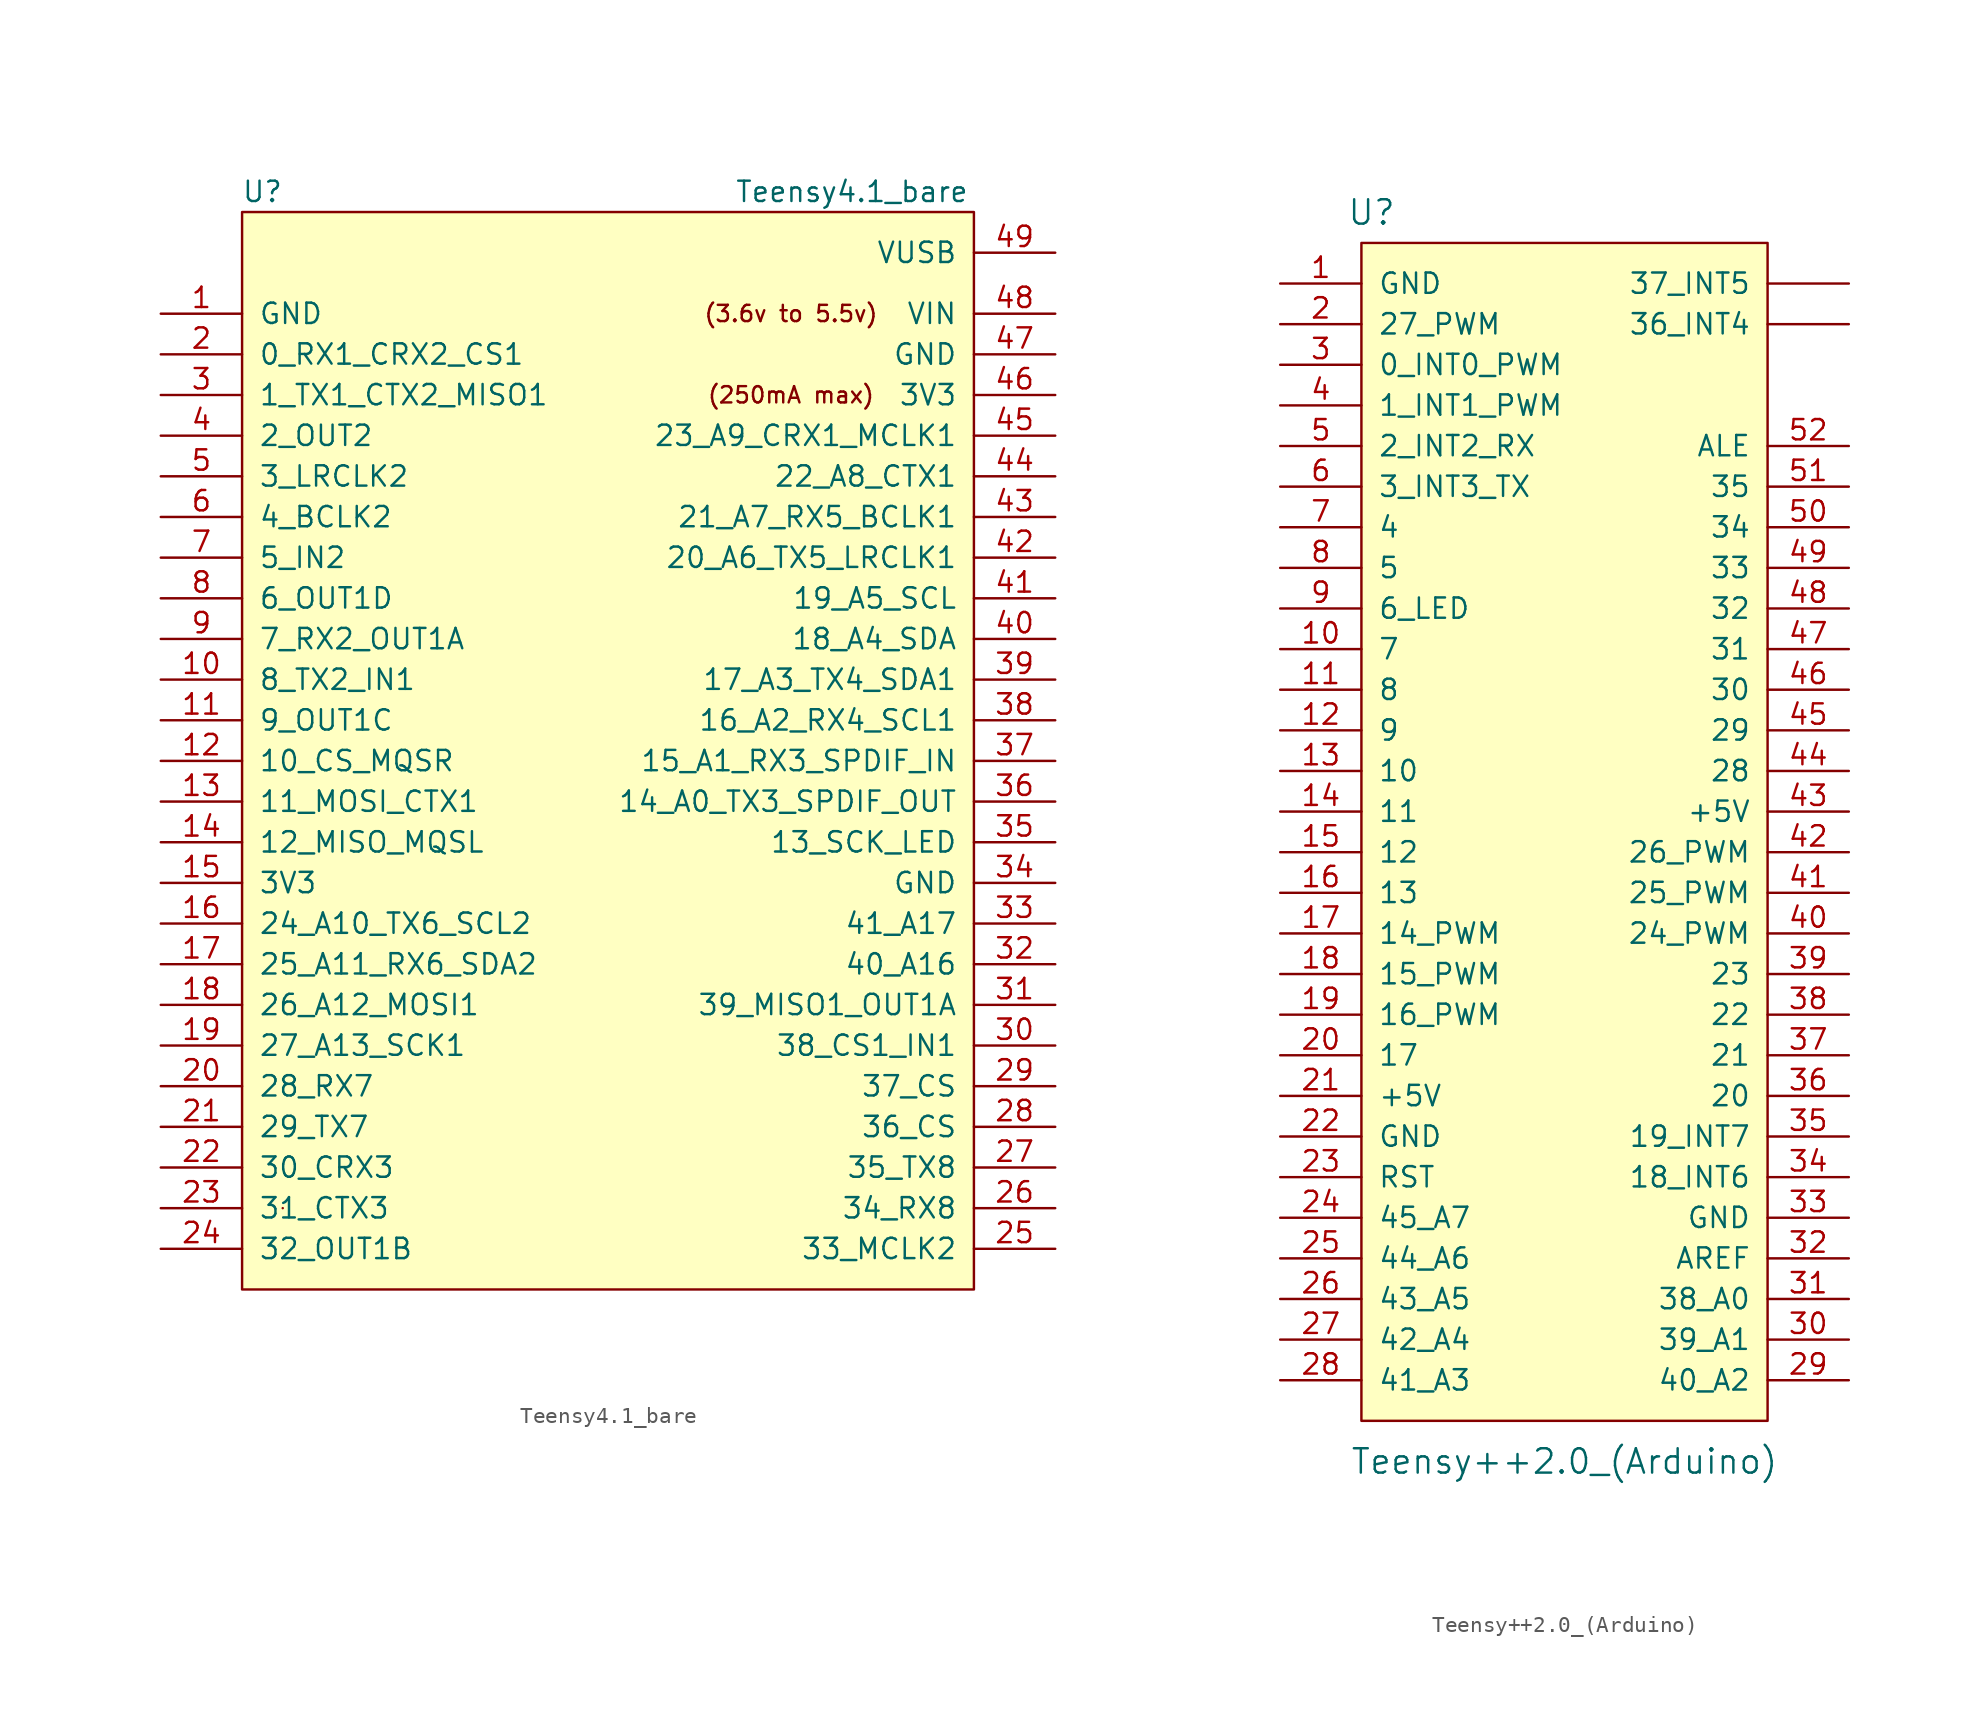
<source format=kicad_sym>
(kicad_symbol_lib
  (version 20241209)
  (generator "kicad_symbol_editor")
  (generator_version "9.0")
  (symbol "Teensy4.1_bare"
    (pin_names
      (offset 1.016))
    (property "Reference" "U"
      (at -21.59 62.23 0)
      (effects (font (size 1.27 1.27))))
    (property "Value" "Teensy4.1_bare"
      (at 15.24 62.23 0)
      (effects (font (size 1.27 1.27))))
    (symbol "Teensy4.1_bare_0_0"
      (text "(3.6v to 5.5v)" (at 11.43 54.61 0) (effects (font (size 1.016 1.016))))
      (text "(250mA max)" (at 11.43 49.53 0) (effects (font (size 1.016 1.016))))
      (pin bidirectional line (at -27.94 44.45 0) (length 5.08) (name "3_LRCLK2" (effects (font (size 1.27 1.27)))) (number "5" (effects (font (size 1.27 1.27)))))
      (pin bidirectional line (at -27.94 41.91 0) (length 5.08) (name "4_BCLK2" (effects (font (size 1.27 1.27)))) (number "6" (effects (font (size 1.27 1.27)))))
      (pin bidirectional line (at -27.94 39.37 0) (length 5.08) (name "5_IN2" (effects (font (size 1.27 1.27)))) (number "7" (effects (font (size 1.27 1.27)))))
      (pin bidirectional line (at -27.94 36.83 0) (length 5.08) (name "6_OUT1D" (effects (font (size 1.27 1.27)))) (number "8" (effects (font (size 1.27 1.27)))))
      (pin bidirectional line (at -27.94 34.29 0) (length 5.08) (name "7_RX2_OUT1A" (effects (font (size 1.27 1.27)))) (number "9" (effects (font (size 1.27 1.27)))))
      (pin bidirectional line (at -27.94 31.75 0) (length 5.08) (name "8_TX2_IN1" (effects (font (size 1.27 1.27)))) (number "10" (effects (font (size 1.27 1.27)))))
      (pin bidirectional line (at -27.94 29.21 0) (length 5.08) (name "9_OUT1C" (effects (font (size 1.27 1.27)))) (number "11" (effects (font (size 1.27 1.27)))))
      (pin bidirectional line (at -27.94 26.67 0) (length 5.08) (name "10_CS_MQSR" (effects (font (size 1.27 1.27)))) (number "12" (effects (font (size 1.27 1.27)))))
      (pin bidirectional line (at -27.94 24.13 0) (length 5.08) (name "11_MOSI_CTX1" (effects (font (size 1.27 1.27)))) (number "13" (effects (font (size 1.27 1.27)))))
      (pin bidirectional line (at -27.94 21.59 0) (length 5.08) (name "12_MISO_MQSL" (effects (font (size 1.27 1.27)))) (number "14" (effects (font (size 1.27 1.27)))))
      (pin power_in line (at -27.94 19.05 0) (length 5.08) (name "3V3" (effects (font (size 1.27 1.27)))) (number "15" (effects (font (size 1.27 1.27)))))
      (pin bidirectional line (at -27.94 16.51 0) (length 5.08) (name "24_A10_TX6_SCL2" (effects (font (size 1.27 1.27)))) (number "16" (effects (font (size 1.27 1.27)))))
      (pin bidirectional line (at -27.94 13.97 0) (length 5.08) (name "25_A11_RX6_SDA2" (effects (font (size 1.27 1.27)))) (number "17" (effects (font (size 1.27 1.27)))))
      (pin bidirectional line (at -27.94 11.43 0) (length 5.08) (name "26_A12_MOSI1" (effects (font (size 1.27 1.27)))) (number "18" (effects (font (size 1.27 1.27)))))
      (pin bidirectional line (at -27.94 8.89 0) (length 5.08) (name "27_A13_SCK1" (effects (font (size 1.27 1.27)))) (number "19" (effects (font (size 1.27 1.27)))))
      (pin bidirectional line (at -27.94 6.35 0) (length 5.08) (name "28_RX7" (effects (font (size 1.27 1.27)))) (number "20" (effects (font (size 1.27 1.27)))))
      (pin bidirectional line (at -27.94 3.81 0) (length 5.08) (name "29_TX7" (effects (font (size 1.27 1.27)))) (number "21" (effects (font (size 1.27 1.27)))))
      (pin bidirectional line (at -27.94 1.27 0) (length 5.08) (name "30_CRX3" (effects (font (size 1.27 1.27)))) (number "22" (effects (font (size 1.27 1.27)))))
      (pin bidirectional line (at -27.94 -1.27 0) (length 5.08) (name "31_CTX3" (effects (font (size 1.27 1.27)))) (number "23" (effects (font (size 1.27 1.27)))))
      (pin bidirectional line (at -27.94 -3.81 0) (length 5.08) (name "32_OUT1B" (effects (font (size 1.27 1.27)))) (number "24" (effects (font (size 1.27 1.27)))))
      (pin power_out line (at 27.94 58.42 180) (length 5.08) (name "VUSB" (effects (font (size 1.27 1.27)))) (number "49" (effects (font (size 1.27 1.27)))))
      (pin power_in line (at 27.94 54.61 180) (length 5.08) (name "VIN" (effects (font (size 1.27 1.27)))) (number "48" (effects (font (size 1.27 1.27)))))
      (pin power_in line (at 27.94 52.07 180) (length 5.08) (name "GND" (effects (font (size 1.27 1.27)))) (number "47" (effects (font (size 1.27 1.27)))))
      (pin power_in line (at 27.94 49.53 180) (length 5.08) (name "3V3" (effects (font (size 1.27 1.27)))) (number "46" (effects (font (size 1.27 1.27)))))
      (pin bidirectional line (at 27.94 46.99 180) (length 5.08) (name "23_A9_CRX1_MCLK1" (effects (font (size 1.27 1.27)))) (number "45" (effects (font (size 1.27 1.27)))))
      (pin bidirectional line (at 27.94 44.45 180) (length 5.08) (name "22_A8_CTX1" (effects (font (size 1.27 1.27)))) (number "44" (effects (font (size 1.27 1.27)))))
      (pin bidirectional line (at 27.94 41.91 180) (length 5.08) (name "21_A7_RX5_BCLK1" (effects (font (size 1.27 1.27)))) (number "43" (effects (font (size 1.27 1.27)))))
      (pin bidirectional line (at 27.94 39.37 180) (length 5.08) (name "20_A6_TX5_LRCLK1" (effects (font (size 1.27 1.27)))) (number "42" (effects (font (size 1.27 1.27)))))
      (pin bidirectional line (at 27.94 36.83 180) (length 5.08) (name "19_A5_SCL" (effects (font (size 1.27 1.27)))) (number "41" (effects (font (size 1.27 1.27)))))
      (pin bidirectional line (at 27.94 34.29 180) (length 5.08) (name "18_A4_SDA" (effects (font (size 1.27 1.27)))) (number "40" (effects (font (size 1.27 1.27)))))
      (pin bidirectional line (at 27.94 31.75 180) (length 5.08) (name "17_A3_TX4_SDA1" (effects (font (size 1.27 1.27)))) (number "39" (effects (font (size 1.27 1.27)))))
      (pin bidirectional line (at 27.94 29.21 180) (length 5.08) (name "16_A2_RX4_SCL1" (effects (font (size 1.27 1.27)))) (number "38" (effects (font (size 1.27 1.27)))))
      (pin bidirectional line (at 27.94 26.67 180) (length 5.08) (name "15_A1_RX3_SPDIF_IN" (effects (font (size 1.27 1.27)))) (number "37" (effects (font (size 1.27 1.27)))))
      (pin bidirectional line (at 27.94 24.13 180) (length 5.08) (name "14_A0_TX3_SPDIF_OUT" (effects (font (size 1.27 1.27)))) (number "36" (effects (font (size 1.27 1.27)))))
      (pin bidirectional line (at 27.94 21.59 180) (length 5.08) (name "13_SCK_LED" (effects (font (size 1.27 1.27)))) (number "35" (effects (font (size 1.27 1.27)))))
      (pin bidirectional line (at 27.94 16.51 180) (length 5.08) (name "41_A17" (effects (font (size 1.27 1.27)))) (number "33" (effects (font (size 1.27 1.27)))))
      (pin bidirectional line (at 27.94 13.97 180) (length 5.08) (name "40_A16" (effects (font (size 1.27 1.27)))) (number "32" (effects (font (size 1.27 1.27)))))
      (pin bidirectional line (at 27.94 11.43 180) (length 5.08) (name "39_MISO1_OUT1A" (effects (font (size 1.27 1.27)))) (number "31" (effects (font (size 1.27 1.27)))))
      (pin bidirectional line (at 27.94 8.89 180) (length 5.08) (name "38_CS1_IN1" (effects (font (size 1.27 1.27)))) (number "30" (effects (font (size 1.27 1.27)))))
      (pin bidirectional line (at 27.94 6.35 180) (length 5.08) (name "37_CS" (effects (font (size 1.27 1.27)))) (number "29" (effects (font (size 1.27 1.27)))))
      (pin bidirectional line (at 27.94 3.81 180) (length 5.08) (name "36_CS" (effects (font (size 1.27 1.27)))) (number "28" (effects (font (size 1.27 1.27)))))
      (pin bidirectional line (at 27.94 1.27 180) (length 5.08) (name "35_TX8" (effects (font (size 1.27 1.27)))) (number "27" (effects (font (size 1.27 1.27)))))
      (pin bidirectional line (at 27.94 -1.27 180) (length 5.08) (name "34_RX8" (effects (font (size 1.27 1.27)))) (number "26" (effects (font (size 1.27 1.27)))))
      (pin bidirectional line (at 27.94 -3.81 180) (length 5.08) (name "33_MCLK2" (effects (font (size 1.27 1.27)))) (number "25" (effects (font (size 1.27 1.27))))))
    (symbol "Teensy4.1_bare_0_1"
      (rectangle (start -22.86 60.96) (end 22.86 -6.35) (stroke (width 0) (type default)) (fill (type background)))
      (rectangle (start -20.32 -1.27) (end -20.32 -1.27) (stroke (width 0) (type default)) (fill (type none))))
    (symbol "Teensy4.1_bare_1_1"
      (pin power_in line (at -27.94 54.61 0) (length 5.08) (name "GND" (effects (font (size 1.27 1.27)))) (number "1" (effects (font (size 1.27 1.27)))))
      (pin bidirectional line (at -27.94 52.07 0) (length 5.08) (name "0_RX1_CRX2_CS1" (effects (font (size 1.27 1.27)))) (number "2" (effects (font (size 1.27 1.27)))))
      (pin bidirectional line (at -27.94 49.53 0) (length 5.08) (name "1_TX1_CTX2_MISO1" (effects (font (size 1.27 1.27)))) (number "3" (effects (font (size 1.27 1.27)))))
      (pin bidirectional line (at -27.94 46.99 0) (length 5.08) (name "2_OUT2" (effects (font (size 1.27 1.27)))) (number "4" (effects (font (size 1.27 1.27)))))
      (pin power_in line (at 27.94 19.05 180) (length 5.08) (name "GND" (effects (font (size 1.27 1.27)))) (number "34" (effects (font (size 1.27 1.27)))))))
  (symbol "Teensy++2.0_(Arduino)"
    (pin_names
      (offset 1.016))
    (property "Reference" "U"
      (at -12.065 38.735 0)
      (effects (font (size 1.524 1.524))))
    (property "Value" "Teensy++2.0_(Arduino)"
      (at 0 -39.37 0)
      (effects (font (size 1.524 1.524))))
    (symbol "Teensy++2.0_(Arduino)_0_1"
      (rectangle (start -12.7 36.83) (end 12.7 -36.83) (stroke (width 0) (type default)) (fill (type background))))
    (symbol "Teensy++2.0_(Arduino)_1_1"
      (pin power_in line (at -17.78 34.29 0) (length 5.08) (name "GND" (effects (font (size 1.27 1.27)))) (number "1" (effects (font (size 1.27 1.27)))))
      (pin bidirectional line (at -17.78 31.75 0) (length 5.08) (name "27_PWM" (effects (font (size 1.27 1.27)))) (number "2" (effects (font (size 1.27 1.27)))))
      (pin bidirectional line (at -17.78 29.21 0) (length 5.08) (name "0_INT0_PWM" (effects (font (size 1.27 1.27)))) (number "3" (effects (font (size 1.27 1.27)))))
      (pin bidirectional line (at -17.78 26.67 0) (length 5.08) (name "1_INT1_PWM" (effects (font (size 1.27 1.27)))) (number "4" (effects (font (size 1.27 1.27)))))
      (pin bidirectional line (at -17.78 24.13 0) (length 5.08) (name "2_INT2_RX" (effects (font (size 1.27 1.27)))) (number "5" (effects (font (size 1.27 1.27)))))
      (pin bidirectional line (at -17.78 21.59 0) (length 5.08) (name "3_INT3_TX" (effects (font (size 1.27 1.27)))) (number "6" (effects (font (size 1.27 1.27)))))
      (pin bidirectional line (at -17.78 19.05 0) (length 5.08) (name "4" (effects (font (size 1.27 1.27)))) (number "7" (effects (font (size 1.27 1.27)))))
      (pin bidirectional line (at -17.78 16.51 0) (length 5.08) (name "5" (effects (font (size 1.27 1.27)))) (number "8" (effects (font (size 1.27 1.27)))))
      (pin bidirectional line (at -17.78 13.97 0) (length 5.08) (name "6_LED" (effects (font (size 1.27 1.27)))) (number "9" (effects (font (size 1.27 1.27)))))
      (pin bidirectional line (at -17.78 11.43 0) (length 5.08) (name "7" (effects (font (size 1.27 1.27)))) (number "10" (effects (font (size 1.27 1.27)))))
      (pin bidirectional line (at -17.78 8.89 0) (length 5.08) (name "8" (effects (font (size 1.27 1.27)))) (number "11" (effects (font (size 1.27 1.27)))))
      (pin bidirectional line (at -17.78 6.35 0) (length 5.08) (name "9" (effects (font (size 1.27 1.27)))) (number "12" (effects (font (size 1.27 1.27)))))
      (pin bidirectional line (at -17.78 3.81 0) (length 5.08) (name "10" (effects (font (size 1.27 1.27)))) (number "13" (effects (font (size 1.27 1.27)))))
      (pin bidirectional line (at -17.78 1.27 0) (length 5.08) (name "11" (effects (font (size 1.27 1.27)))) (number "14" (effects (font (size 1.27 1.27)))))
      (pin bidirectional line (at -17.78 -1.27 0) (length 5.08) (name "12" (effects (font (size 1.27 1.27)))) (number "15" (effects (font (size 1.27 1.27)))))
      (pin bidirectional line (at -17.78 -3.81 0) (length 5.08) (name "13" (effects (font (size 1.27 1.27)))) (number "16" (effects (font (size 1.27 1.27)))))
      (pin bidirectional line (at -17.78 -6.35 0) (length 5.08) (name "14_PWM" (effects (font (size 1.27 1.27)))) (number "17" (effects (font (size 1.27 1.27)))))
      (pin bidirectional line (at -17.78 -8.89 0) (length 5.08) (name "15_PWM" (effects (font (size 1.27 1.27)))) (number "18" (effects (font (size 1.27 1.27)))))
      (pin bidirectional line (at -17.78 -11.43 0) (length 5.08) (name "16_PWM" (effects (font (size 1.27 1.27)))) (number "19" (effects (font (size 1.27 1.27)))))
      (pin bidirectional line (at -17.78 -13.97 0) (length 5.08) (name "17" (effects (font (size 1.27 1.27)))) (number "20" (effects (font (size 1.27 1.27)))))
      (pin power_in line (at -17.78 -16.51 0) (length 5.08) (name "+5V" (effects (font (size 1.27 1.27)))) (number "21" (effects (font (size 1.27 1.27)))))
      (pin power_in line (at -17.78 -19.05 0) (length 5.08) (name "GND" (effects (font (size 1.27 1.27)))) (number "22" (effects (font (size 1.27 1.27)))))
      (pin input line (at -17.78 -21.59 0) (length 5.08) (name "RST" (effects (font (size 1.27 1.27)))) (number "23" (effects (font (size 1.27 1.27)))))
      (pin bidirectional line (at -17.78 -24.13 0) (length 5.08) (name "45_A7" (effects (font (size 1.27 1.27)))) (number "24" (effects (font (size 1.27 1.27)))))
      (pin bidirectional line (at -17.78 -26.67 0) (length 5.08) (name "44_A6" (effects (font (size 1.27 1.27)))) (number "25" (effects (font (size 1.27 1.27)))))
      (pin bidirectional line (at -17.78 -29.21 0) (length 5.08) (name "43_A5" (effects (font (size 1.27 1.27)))) (number "26" (effects (font (size 1.27 1.27)))))
      (pin bidirectional line (at -17.78 -31.75 0) (length 5.08) (name "42_A4" (effects (font (size 1.27 1.27)))) (number "27" (effects (font (size 1.27 1.27)))))
      (pin bidirectional line (at -17.78 -34.29 0) (length 5.08) (name "41_A3" (effects (font (size 1.27 1.27)))) (number "28" (effects (font (size 1.27 1.27)))))
      (pin bidirectional line (at 17.78 34.29 180) (length 5.08) (name "37_INT5" (effects (font (size 1.27 1.27)))) (number "~" (effects (font (size 1.27 1.27)))))
      (pin bidirectional line (at 17.78 31.75 180) (length 5.08) (name "36_INT4" (effects (font (size 1.27 1.27)))) (number "~" (effects (font (size 1.27 1.27)))))
      (pin input line (at 17.78 24.13 180) (length 5.08) (name "ALE" (effects (font (size 1.27 1.27)))) (number "52" (effects (font (size 1.27 1.27)))))
      (pin bidirectional line (at 17.78 21.59 180) (length 5.08) (name "35" (effects (font (size 1.27 1.27)))) (number "51" (effects (font (size 1.27 1.27)))))
      (pin bidirectional line (at 17.78 19.05 180) (length 5.08) (name "34" (effects (font (size 1.27 1.27)))) (number "50" (effects (font (size 1.27 1.27)))))
      (pin bidirectional line (at 17.78 16.51 180) (length 5.08) (name "33" (effects (font (size 1.27 1.27)))) (number "49" (effects (font (size 1.27 1.27)))))
      (pin bidirectional line (at 17.78 13.97 180) (length 5.08) (name "32" (effects (font (size 1.27 1.27)))) (number "48" (effects (font (size 1.27 1.27)))))
      (pin bidirectional line (at 17.78 11.43 180) (length 5.08) (name "31" (effects (font (size 1.27 1.27)))) (number "47" (effects (font (size 1.27 1.27)))))
      (pin bidirectional line (at 17.78 8.89 180) (length 5.08) (name "30" (effects (font (size 1.27 1.27)))) (number "46" (effects (font (size 1.27 1.27)))))
      (pin bidirectional line (at 17.78 6.35 180) (length 5.08) (name "29" (effects (font (size 1.27 1.27)))) (number "45" (effects (font (size 1.27 1.27)))))
      (pin bidirectional line (at 17.78 3.81 180) (length 5.08) (name "28" (effects (font (size 1.27 1.27)))) (number "44" (effects (font (size 1.27 1.27)))))
      (pin power_in line (at 17.78 1.27 180) (length 5.08) (name "+5V" (effects (font (size 1.27 1.27)))) (number "43" (effects (font (size 1.27 1.27)))))
      (pin bidirectional line (at 17.78 -1.27 180) (length 5.08) (name "26_PWM" (effects (font (size 1.27 1.27)))) (number "42" (effects (font (size 1.27 1.27)))))
      (pin bidirectional line (at 17.78 -3.81 180) (length 5.08) (name "25_PWM" (effects (font (size 1.27 1.27)))) (number "41" (effects (font (size 1.27 1.27)))))
      (pin bidirectional line (at 17.78 -6.35 180) (length 5.08) (name "24_PWM" (effects (font (size 1.27 1.27)))) (number "40" (effects (font (size 1.27 1.27)))))
      (pin bidirectional line (at 17.78 -8.89 180) (length 5.08) (name "23" (effects (font (size 1.27 1.27)))) (number "39" (effects (font (size 1.27 1.27)))))
      (pin bidirectional line (at 17.78 -11.43 180) (length 5.08) (name "22" (effects (font (size 1.27 1.27)))) (number "38" (effects (font (size 1.27 1.27)))))
      (pin bidirectional line (at 17.78 -13.97 180) (length 5.08) (name "21" (effects (font (size 1.27 1.27)))) (number "37" (effects (font (size 1.27 1.27)))))
      (pin bidirectional line (at 17.78 -16.51 180) (length 5.08) (name "20" (effects (font (size 1.27 1.27)))) (number "36" (effects (font (size 1.27 1.27)))))
      (pin bidirectional line (at 17.78 -19.05 180) (length 5.08) (name "19_INT7" (effects (font (size 1.27 1.27)))) (number "35" (effects (font (size 1.27 1.27)))))
      (pin bidirectional line (at 17.78 -21.59 180) (length 5.08) (name "18_INT6" (effects (font (size 1.27 1.27)))) (number "34" (effects (font (size 1.27 1.27)))))
      (pin power_in line (at 17.78 -24.13 180) (length 5.08) (name "GND" (effects (font (size 1.27 1.27)))) (number "33" (effects (font (size 1.27 1.27)))))
      (pin input line (at 17.78 -26.67 180) (length 5.08) (name "AREF" (effects (font (size 1.27 1.27)))) (number "32" (effects (font (size 1.27 1.27)))))
      (pin bidirectional line (at 17.78 -29.21 180) (length 5.08) (name "38_A0" (effects (font (size 1.27 1.27)))) (number "31" (effects (font (size 1.27 1.27)))))
      (pin bidirectional line (at 17.78 -31.75 180) (length 5.08) (name "39_A1" (effects (font (size 1.27 1.27)))) (number "30" (effects (font (size 1.27 1.27)))))
      (pin bidirectional line (at 17.78 -34.29 180) (length 5.08) (name "40_A2" (effects (font (size 1.27 1.27)))) (number "29" (effects (font (size 1.27 1.27))))))))
</source>
